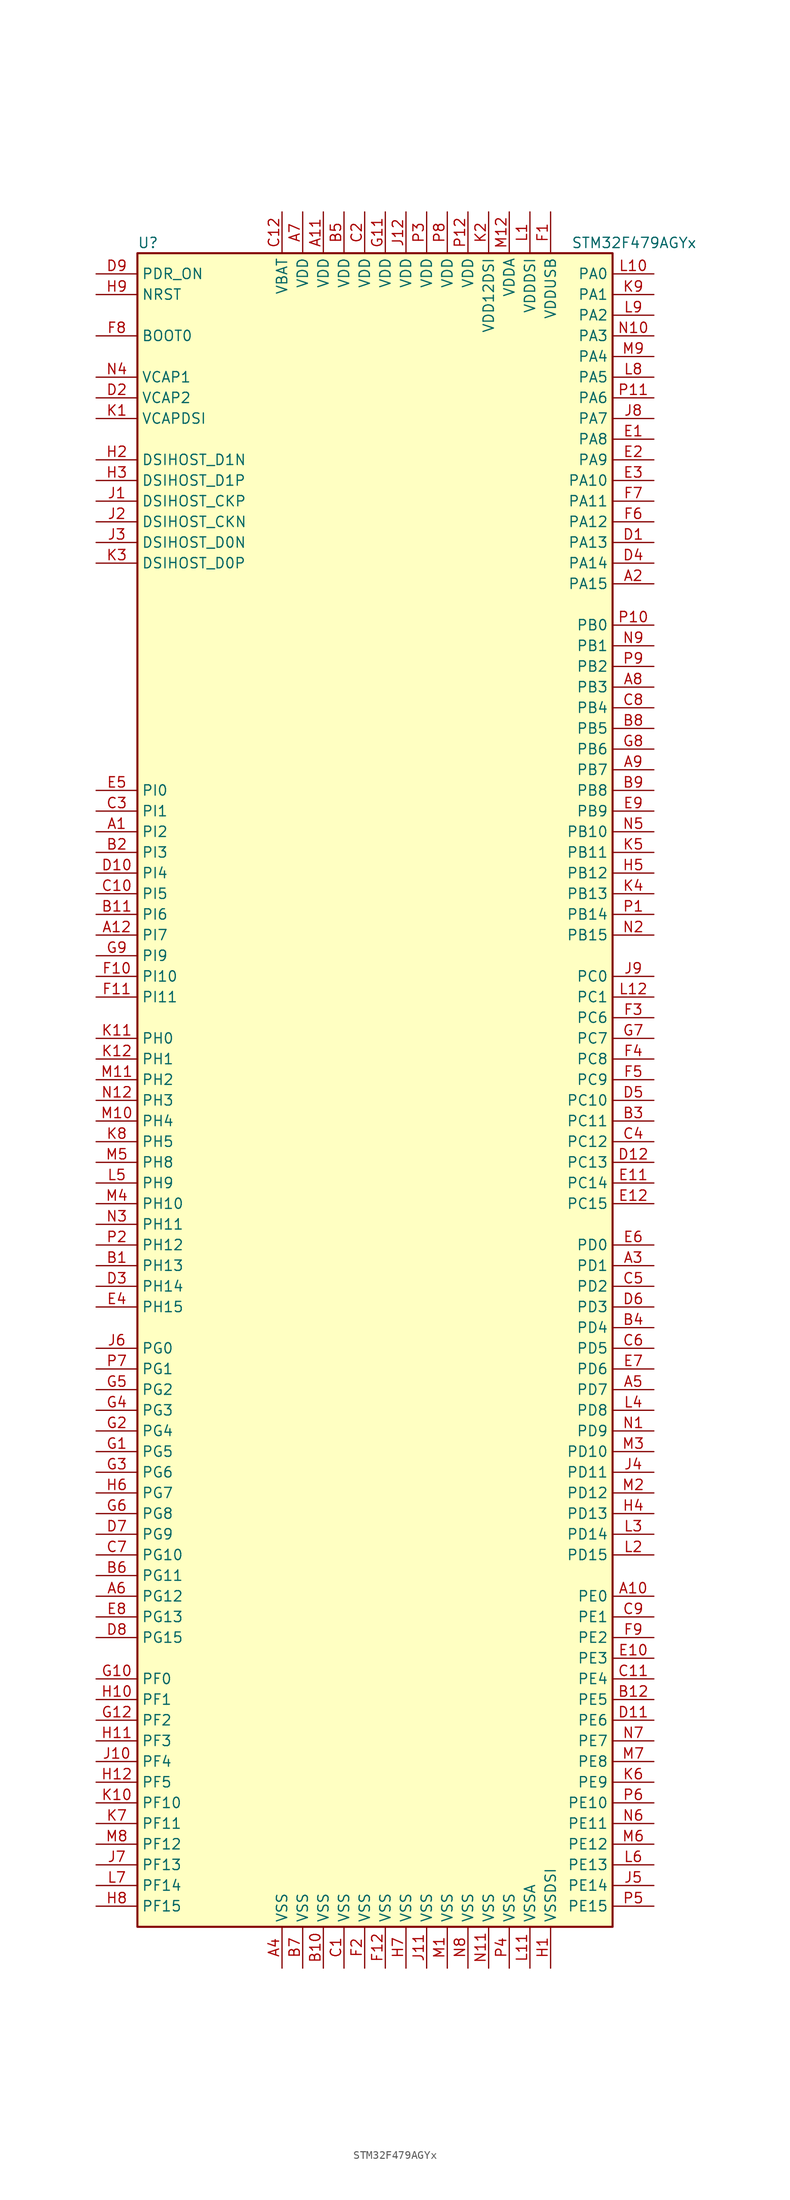
<source format=kicad_sym>
(kicad_symbol_lib
  (version 20201005)
  (generator kicad_symbol_editor)
  (symbol "STM32F479AGYx"
    (property "Reference" "U"
      (at -30.48 102.87 0)
      (effects (font (size 1.27 1.27)) (justify left)))
    (property "Value" "STM32F479AGYx"
      (at 22.86 102.87 0)
      (effects (font (size 1.27 1.27)) (justify left)))
    (symbol "STM32F479AGYx_0_1"
      (rectangle (start -30.48 -104.14) (end 27.94 101.6) (stroke (width 0.254)) (fill (type background))))
    (symbol "STM32F479AGYx_1_1"
      (pin bidirectional line (at -35.56 30.48 0) (length 5.08) (name "PI2" (effects (font (size 1.27 1.27)))) (number "A1" (effects (font (size 1.27 1.27)))))
      (pin bidirectional line (at 33.02 -63.5 180) (length 5.08) (name "PE0" (effects (font (size 1.27 1.27)))) (number "A10" (effects (font (size 1.27 1.27)))))
      (pin power_in line (at -7.62 106.68 270) (length 5.08) (name "VDD" (effects (font (size 1.27 1.27)))) (number "A11" (effects (font (size 1.27 1.27)))))
      (pin bidirectional line (at -35.56 17.78 0) (length 5.08) (name "PI7" (effects (font (size 1.27 1.27)))) (number "A12" (effects (font (size 1.27 1.27)))))
      (pin bidirectional line (at 33.02 60.96 180) (length 5.08) (name "PA15" (effects (font (size 1.27 1.27)))) (number "A2" (effects (font (size 1.27 1.27)))))
      (pin bidirectional line (at 33.02 -22.86 180) (length 5.08) (name "PD1" (effects (font (size 1.27 1.27)))) (number "A3" (effects (font (size 1.27 1.27)))))
      (pin power_in line (at -12.7 -109.22 90) (length 5.08) (name "VSS" (effects (font (size 1.27 1.27)))) (number "A4" (effects (font (size 1.27 1.27)))))
      (pin bidirectional line (at 33.02 -38.1 180) (length 5.08) (name "PD7" (effects (font (size 1.27 1.27)))) (number "A5" (effects (font (size 1.27 1.27)))))
      (pin bidirectional line (at -35.56 -63.5 0) (length 5.08) (name "PG12" (effects (font (size 1.27 1.27)))) (number "A6" (effects (font (size 1.27 1.27)))))
      (pin power_in line (at -10.16 106.68 270) (length 5.08) (name "VDD" (effects (font (size 1.27 1.27)))) (number "A7" (effects (font (size 1.27 1.27)))))
      (pin bidirectional line (at 33.02 48.26 180) (length 5.08) (name "PB3" (effects (font (size 1.27 1.27)))) (number "A8" (effects (font (size 1.27 1.27)))))
      (pin bidirectional line (at 33.02 38.1 180) (length 5.08) (name "PB7" (effects (font (size 1.27 1.27)))) (number "A9" (effects (font (size 1.27 1.27)))))
      (pin bidirectional line (at -35.56 -22.86 0) (length 5.08) (name "PH13" (effects (font (size 1.27 1.27)))) (number "B1" (effects (font (size 1.27 1.27)))))
      (pin power_in line (at -7.62 -109.22 90) (length 5.08) (name "VSS" (effects (font (size 1.27 1.27)))) (number "B10" (effects (font (size 1.27 1.27)))))
      (pin bidirectional line (at -35.56 20.32 0) (length 5.08) (name "PI6" (effects (font (size 1.27 1.27)))) (number "B11" (effects (font (size 1.27 1.27)))))
      (pin bidirectional line (at 33.02 -76.2 180) (length 5.08) (name "PE5" (effects (font (size 1.27 1.27)))) (number "B12" (effects (font (size 1.27 1.27)))))
      (pin bidirectional line (at -35.56 27.94 0) (length 5.08) (name "PI3" (effects (font (size 1.27 1.27)))) (number "B2" (effects (font (size 1.27 1.27)))))
      (pin bidirectional line (at 33.02 -5.08 180) (length 5.08) (name "PC11" (effects (font (size 1.27 1.27)))) (number "B3" (effects (font (size 1.27 1.27)))))
      (pin bidirectional line (at 33.02 -30.48 180) (length 5.08) (name "PD4" (effects (font (size 1.27 1.27)))) (number "B4" (effects (font (size 1.27 1.27)))))
      (pin power_in line (at -5.08 106.68 270) (length 5.08) (name "VDD" (effects (font (size 1.27 1.27)))) (number "B5" (effects (font (size 1.27 1.27)))))
      (pin bidirectional line (at -35.56 -60.96 0) (length 5.08) (name "PG11" (effects (font (size 1.27 1.27)))) (number "B6" (effects (font (size 1.27 1.27)))))
      (pin power_in line (at -10.16 -109.22 90) (length 5.08) (name "VSS" (effects (font (size 1.27 1.27)))) (number "B7" (effects (font (size 1.27 1.27)))))
      (pin bidirectional line (at 33.02 43.18 180) (length 5.08) (name "PB5" (effects (font (size 1.27 1.27)))) (number "B8" (effects (font (size 1.27 1.27)))))
      (pin bidirectional line (at 33.02 35.56 180) (length 5.08) (name "PB8" (effects (font (size 1.27 1.27)))) (number "B9" (effects (font (size 1.27 1.27)))))
      (pin power_in line (at -5.08 -109.22 90) (length 5.08) (name "VSS" (effects (font (size 1.27 1.27)))) (number "C1" (effects (font (size 1.27 1.27)))))
      (pin bidirectional line (at -35.56 22.86 0) (length 5.08) (name "PI5" (effects (font (size 1.27 1.27)))) (number "C10" (effects (font (size 1.27 1.27)))))
      (pin bidirectional line (at 33.02 -73.66 180) (length 5.08) (name "PE4" (effects (font (size 1.27 1.27)))) (number "C11" (effects (font (size 1.27 1.27)))))
      (pin power_in line (at -12.7 106.68 270) (length 5.08) (name "VBAT" (effects (font (size 1.27 1.27)))) (number "C12" (effects (font (size 1.27 1.27)))))
      (pin power_in line (at -2.54 106.68 270) (length 5.08) (name "VDD" (effects (font (size 1.27 1.27)))) (number "C2" (effects (font (size 1.27 1.27)))))
      (pin bidirectional line (at -35.56 33.02 0) (length 5.08) (name "PI1" (effects (font (size 1.27 1.27)))) (number "C3" (effects (font (size 1.27 1.27)))))
      (pin bidirectional line (at 33.02 -7.62 180) (length 5.08) (name "PC12" (effects (font (size 1.27 1.27)))) (number "C4" (effects (font (size 1.27 1.27)))))
      (pin bidirectional line (at 33.02 -25.4 180) (length 5.08) (name "PD2" (effects (font (size 1.27 1.27)))) (number "C5" (effects (font (size 1.27 1.27)))))
      (pin bidirectional line (at 33.02 -33.02 180) (length 5.08) (name "PD5" (effects (font (size 1.27 1.27)))) (number "C6" (effects (font (size 1.27 1.27)))))
      (pin bidirectional line (at -35.56 -58.42 0) (length 5.08) (name "PG10" (effects (font (size 1.27 1.27)))) (number "C7" (effects (font (size 1.27 1.27)))))
      (pin bidirectional line (at 33.02 45.72 180) (length 5.08) (name "PB4" (effects (font (size 1.27 1.27)))) (number "C8" (effects (font (size 1.27 1.27)))))
      (pin bidirectional line (at 33.02 -66.04 180) (length 5.08) (name "PE1" (effects (font (size 1.27 1.27)))) (number "C9" (effects (font (size 1.27 1.27)))))
      (pin bidirectional line (at 33.02 66.04 180) (length 5.08) (name "PA13" (effects (font (size 1.27 1.27)))) (number "D1" (effects (font (size 1.27 1.27)))))
      (pin bidirectional line (at -35.56 25.4 0) (length 5.08) (name "PI4" (effects (font (size 1.27 1.27)))) (number "D10" (effects (font (size 1.27 1.27)))))
      (pin bidirectional line (at 33.02 -78.74 180) (length 5.08) (name "PE6" (effects (font (size 1.27 1.27)))) (number "D11" (effects (font (size 1.27 1.27)))))
      (pin bidirectional line (at 33.02 -10.16 180) (length 5.08) (name "PC13" (effects (font (size 1.27 1.27)))) (number "D12" (effects (font (size 1.27 1.27)))))
      (pin power_in line (at -35.56 83.82 0) (length 5.08) (name "VCAP2" (effects (font (size 1.27 1.27)))) (number "D2" (effects (font (size 1.27 1.27)))))
      (pin bidirectional line (at -35.56 -25.4 0) (length 5.08) (name "PH14" (effects (font (size 1.27 1.27)))) (number "D3" (effects (font (size 1.27 1.27)))))
      (pin bidirectional line (at 33.02 63.5 180) (length 5.08) (name "PA14" (effects (font (size 1.27 1.27)))) (number "D4" (effects (font (size 1.27 1.27)))))
      (pin bidirectional line (at 33.02 -2.54 180) (length 5.08) (name "PC10" (effects (font (size 1.27 1.27)))) (number "D5" (effects (font (size 1.27 1.27)))))
      (pin bidirectional line (at 33.02 -27.94 180) (length 5.08) (name "PD3" (effects (font (size 1.27 1.27)))) (number "D6" (effects (font (size 1.27 1.27)))))
      (pin bidirectional line (at -35.56 -55.88 0) (length 5.08) (name "PG9" (effects (font (size 1.27 1.27)))) (number "D7" (effects (font (size 1.27 1.27)))))
      (pin bidirectional line (at -35.56 -68.58 0) (length 5.08) (name "PG15" (effects (font (size 1.27 1.27)))) (number "D8" (effects (font (size 1.27 1.27)))))
      (pin input line (at -35.56 99.06 0) (length 5.08) (name "PDR_ON" (effects (font (size 1.27 1.27)))) (number "D9" (effects (font (size 1.27 1.27)))))
      (pin bidirectional line (at 33.02 78.74 180) (length 5.08) (name "PA8" (effects (font (size 1.27 1.27)))) (number "E1" (effects (font (size 1.27 1.27)))))
      (pin bidirectional line (at 33.02 -71.12 180) (length 5.08) (name "PE3" (effects (font (size 1.27 1.27)))) (number "E10" (effects (font (size 1.27 1.27)))))
      (pin bidirectional line (at 33.02 -12.7 180) (length 5.08) (name "PC14" (effects (font (size 1.27 1.27)))) (number "E11" (effects (font (size 1.27 1.27)))))
      (pin bidirectional line (at 33.02 -15.24 180) (length 5.08) (name "PC15" (effects (font (size 1.27 1.27)))) (number "E12" (effects (font (size 1.27 1.27)))))
      (pin bidirectional line (at 33.02 76.2 180) (length 5.08) (name "PA9" (effects (font (size 1.27 1.27)))) (number "E2" (effects (font (size 1.27 1.27)))))
      (pin bidirectional line (at 33.02 73.66 180) (length 5.08) (name "PA10" (effects (font (size 1.27 1.27)))) (number "E3" (effects (font (size 1.27 1.27)))))
      (pin bidirectional line (at -35.56 -27.94 0) (length 5.08) (name "PH15" (effects (font (size 1.27 1.27)))) (number "E4" (effects (font (size 1.27 1.27)))))
      (pin bidirectional line (at -35.56 35.56 0) (length 5.08) (name "PI0" (effects (font (size 1.27 1.27)))) (number "E5" (effects (font (size 1.27 1.27)))))
      (pin bidirectional line (at 33.02 -20.32 180) (length 5.08) (name "PD0" (effects (font (size 1.27 1.27)))) (number "E6" (effects (font (size 1.27 1.27)))))
      (pin bidirectional line (at 33.02 -35.56 180) (length 5.08) (name "PD6" (effects (font (size 1.27 1.27)))) (number "E7" (effects (font (size 1.27 1.27)))))
      (pin bidirectional line (at -35.56 -66.04 0) (length 5.08) (name "PG13" (effects (font (size 1.27 1.27)))) (number "E8" (effects (font (size 1.27 1.27)))))
      (pin bidirectional line (at 33.02 33.02 180) (length 5.08) (name "PB9" (effects (font (size 1.27 1.27)))) (number "E9" (effects (font (size 1.27 1.27)))))
      (pin power_in line (at 20.32 106.68 270) (length 5.08) (name "VDDUSB" (effects (font (size 1.27 1.27)))) (number "F1" (effects (font (size 1.27 1.27)))))
      (pin bidirectional line (at -35.56 12.7 0) (length 5.08) (name "PI10" (effects (font (size 1.27 1.27)))) (number "F10" (effects (font (size 1.27 1.27)))))
      (pin bidirectional line (at -35.56 10.16 0) (length 5.08) (name "PI11" (effects (font (size 1.27 1.27)))) (number "F11" (effects (font (size 1.27 1.27)))))
      (pin power_in line (at 0 -109.22 90) (length 5.08) (name "VSS" (effects (font (size 1.27 1.27)))) (number "F12" (effects (font (size 1.27 1.27)))))
      (pin power_in line (at -2.54 -109.22 90) (length 5.08) (name "VSS" (effects (font (size 1.27 1.27)))) (number "F2" (effects (font (size 1.27 1.27)))))
      (pin bidirectional line (at 33.02 7.62 180) (length 5.08) (name "PC6" (effects (font (size 1.27 1.27)))) (number "F3" (effects (font (size 1.27 1.27)))))
      (pin bidirectional line (at 33.02 2.54 180) (length 5.08) (name "PC8" (effects (font (size 1.27 1.27)))) (number "F4" (effects (font (size 1.27 1.27)))))
      (pin bidirectional line (at 33.02 0 180) (length 5.08) (name "PC9" (effects (font (size 1.27 1.27)))) (number "F5" (effects (font (size 1.27 1.27)))))
      (pin bidirectional line (at 33.02 68.58 180) (length 5.08) (name "PA12" (effects (font (size 1.27 1.27)))) (number "F6" (effects (font (size 1.27 1.27)))))
      (pin bidirectional line (at 33.02 71.12 180) (length 5.08) (name "PA11" (effects (font (size 1.27 1.27)))) (number "F7" (effects (font (size 1.27 1.27)))))
      (pin input line (at -35.56 91.44 0) (length 5.08) (name "BOOT0" (effects (font (size 1.27 1.27)))) (number "F8" (effects (font (size 1.27 1.27)))))
      (pin bidirectional line (at 33.02 -68.58 180) (length 5.08) (name "PE2" (effects (font (size 1.27 1.27)))) (number "F9" (effects (font (size 1.27 1.27)))))
      (pin bidirectional line (at -35.56 -45.72 0) (length 5.08) (name "PG5" (effects (font (size 1.27 1.27)))) (number "G1" (effects (font (size 1.27 1.27)))))
      (pin bidirectional line (at -35.56 -73.66 0) (length 5.08) (name "PF0" (effects (font (size 1.27 1.27)))) (number "G10" (effects (font (size 1.27 1.27)))))
      (pin power_in line (at 0 106.68 270) (length 5.08) (name "VDD" (effects (font (size 1.27 1.27)))) (number "G11" (effects (font (size 1.27 1.27)))))
      (pin bidirectional line (at -35.56 -78.74 0) (length 5.08) (name "PF2" (effects (font (size 1.27 1.27)))) (number "G12" (effects (font (size 1.27 1.27)))))
      (pin bidirectional line (at -35.56 -43.18 0) (length 5.08) (name "PG4" (effects (font (size 1.27 1.27)))) (number "G2" (effects (font (size 1.27 1.27)))))
      (pin bidirectional line (at -35.56 -48.26 0) (length 5.08) (name "PG6" (effects (font (size 1.27 1.27)))) (number "G3" (effects (font (size 1.27 1.27)))))
      (pin bidirectional line (at -35.56 -40.64 0) (length 5.08) (name "PG3" (effects (font (size 1.27 1.27)))) (number "G4" (effects (font (size 1.27 1.27)))))
      (pin bidirectional line (at -35.56 -38.1 0) (length 5.08) (name "PG2" (effects (font (size 1.27 1.27)))) (number "G5" (effects (font (size 1.27 1.27)))))
      (pin bidirectional line (at -35.56 -53.34 0) (length 5.08) (name "PG8" (effects (font (size 1.27 1.27)))) (number "G6" (effects (font (size 1.27 1.27)))))
      (pin bidirectional line (at 33.02 5.08 180) (length 5.08) (name "PC7" (effects (font (size 1.27 1.27)))) (number "G7" (effects (font (size 1.27 1.27)))))
      (pin bidirectional line (at 33.02 40.64 180) (length 5.08) (name "PB6" (effects (font (size 1.27 1.27)))) (number "G8" (effects (font (size 1.27 1.27)))))
      (pin bidirectional line (at -35.56 15.24 0) (length 5.08) (name "PI9" (effects (font (size 1.27 1.27)))) (number "G9" (effects (font (size 1.27 1.27)))))
      (pin power_in line (at 20.32 -109.22 90) (length 5.08) (name "VSSDSI" (effects (font (size 1.27 1.27)))) (number "H1" (effects (font (size 1.27 1.27)))))
      (pin bidirectional line (at -35.56 -76.2 0) (length 5.08) (name "PF1" (effects (font (size 1.27 1.27)))) (number "H10" (effects (font (size 1.27 1.27)))))
      (pin bidirectional line (at -35.56 -81.28 0) (length 5.08) (name "PF3" (effects (font (size 1.27 1.27)))) (number "H11" (effects (font (size 1.27 1.27)))))
      (pin bidirectional line (at -35.56 -86.36 0) (length 5.08) (name "PF5" (effects (font (size 1.27 1.27)))) (number "H12" (effects (font (size 1.27 1.27)))))
      (pin bidirectional line (at -35.56 76.2 0) (length 5.08) (name "DSIHOST_D1N" (effects (font (size 1.27 1.27)))) (number "H2" (effects (font (size 1.27 1.27)))))
      (pin bidirectional line (at -35.56 73.66 0) (length 5.08) (name "DSIHOST_D1P" (effects (font (size 1.27 1.27)))) (number "H3" (effects (font (size 1.27 1.27)))))
      (pin bidirectional line (at 33.02 -53.34 180) (length 5.08) (name "PD13" (effects (font (size 1.27 1.27)))) (number "H4" (effects (font (size 1.27 1.27)))))
      (pin bidirectional line (at 33.02 25.4 180) (length 5.08) (name "PB12" (effects (font (size 1.27 1.27)))) (number "H5" (effects (font (size 1.27 1.27)))))
      (pin bidirectional line (at -35.56 -50.8 0) (length 5.08) (name "PG7" (effects (font (size 1.27 1.27)))) (number "H6" (effects (font (size 1.27 1.27)))))
      (pin power_in line (at 2.54 -109.22 90) (length 5.08) (name "VSS" (effects (font (size 1.27 1.27)))) (number "H7" (effects (font (size 1.27 1.27)))))
      (pin bidirectional line (at -35.56 -101.6 0) (length 5.08) (name "PF15" (effects (font (size 1.27 1.27)))) (number "H8" (effects (font (size 1.27 1.27)))))
      (pin input line (at -35.56 96.52 0) (length 5.08) (name "NRST" (effects (font (size 1.27 1.27)))) (number "H9" (effects (font (size 1.27 1.27)))))
      (pin bidirectional line (at -35.56 71.12 0) (length 5.08) (name "DSIHOST_CKP" (effects (font (size 1.27 1.27)))) (number "J1" (effects (font (size 1.27 1.27)))))
      (pin bidirectional line (at -35.56 -83.82 0) (length 5.08) (name "PF4" (effects (font (size 1.27 1.27)))) (number "J10" (effects (font (size 1.27 1.27)))))
      (pin power_in line (at 5.08 -109.22 90) (length 5.08) (name "VSS" (effects (font (size 1.27 1.27)))) (number "J11" (effects (font (size 1.27 1.27)))))
      (pin power_in line (at 2.54 106.68 270) (length 5.08) (name "VDD" (effects (font (size 1.27 1.27)))) (number "J12" (effects (font (size 1.27 1.27)))))
      (pin bidirectional line (at -35.56 68.58 0) (length 5.08) (name "DSIHOST_CKN" (effects (font (size 1.27 1.27)))) (number "J2" (effects (font (size 1.27 1.27)))))
      (pin bidirectional line (at -35.56 66.04 0) (length 5.08) (name "DSIHOST_D0N" (effects (font (size 1.27 1.27)))) (number "J3" (effects (font (size 1.27 1.27)))))
      (pin bidirectional line (at 33.02 -48.26 180) (length 5.08) (name "PD11" (effects (font (size 1.27 1.27)))) (number "J4" (effects (font (size 1.27 1.27)))))
      (pin bidirectional line (at 33.02 -99.06 180) (length 5.08) (name "PE14" (effects (font (size 1.27 1.27)))) (number "J5" (effects (font (size 1.27 1.27)))))
      (pin bidirectional line (at -35.56 -33.02 0) (length 5.08) (name "PG0" (effects (font (size 1.27 1.27)))) (number "J6" (effects (font (size 1.27 1.27)))))
      (pin bidirectional line (at -35.56 -96.52 0) (length 5.08) (name "PF13" (effects (font (size 1.27 1.27)))) (number "J7" (effects (font (size 1.27 1.27)))))
      (pin bidirectional line (at 33.02 81.28 180) (length 5.08) (name "PA7" (effects (font (size 1.27 1.27)))) (number "J8" (effects (font (size 1.27 1.27)))))
      (pin bidirectional line (at 33.02 12.7 180) (length 5.08) (name "PC0" (effects (font (size 1.27 1.27)))) (number "J9" (effects (font (size 1.27 1.27)))))
      (pin power_in line (at -35.56 81.28 0) (length 5.08) (name "VCAPDSI" (effects (font (size 1.27 1.27)))) (number "K1" (effects (font (size 1.27 1.27)))))
      (pin bidirectional line (at -35.56 -88.9 0) (length 5.08) (name "PF10" (effects (font (size 1.27 1.27)))) (number "K10" (effects (font (size 1.27 1.27)))))
      (pin input line (at -35.56 5.08 0) (length 5.08) (name "PH0" (effects (font (size 1.27 1.27)))) (number "K11" (effects (font (size 1.27 1.27)))))
      (pin input line (at -35.56 2.54 0) (length 5.08) (name "PH1" (effects (font (size 1.27 1.27)))) (number "K12" (effects (font (size 1.27 1.27)))))
      (pin power_in line (at 12.7 106.68 270) (length 5.08) (name "VDD12DSI" (effects (font (size 1.27 1.27)))) (number "K2" (effects (font (size 1.27 1.27)))))
      (pin bidirectional line (at -35.56 63.5 0) (length 5.08) (name "DSIHOST_D0P" (effects (font (size 1.27 1.27)))) (number "K3" (effects (font (size 1.27 1.27)))))
      (pin bidirectional line (at 33.02 22.86 180) (length 5.08) (name "PB13" (effects (font (size 1.27 1.27)))) (number "K4" (effects (font (size 1.27 1.27)))))
      (pin bidirectional line (at 33.02 27.94 180) (length 5.08) (name "PB11" (effects (font (size 1.27 1.27)))) (number "K5" (effects (font (size 1.27 1.27)))))
      (pin bidirectional line (at 33.02 -86.36 180) (length 5.08) (name "PE9" (effects (font (size 1.27 1.27)))) (number "K6" (effects (font (size 1.27 1.27)))))
      (pin bidirectional line (at -35.56 -91.44 0) (length 5.08) (name "PF11" (effects (font (size 1.27 1.27)))) (number "K7" (effects (font (size 1.27 1.27)))))
      (pin bidirectional line (at -35.56 -7.62 0) (length 5.08) (name "PH5" (effects (font (size 1.27 1.27)))) (number "K8" (effects (font (size 1.27 1.27)))))
      (pin bidirectional line (at 33.02 96.52 180) (length 5.08) (name "PA1" (effects (font (size 1.27 1.27)))) (number "K9" (effects (font (size 1.27 1.27)))))
      (pin power_in line (at 17.78 106.68 270) (length 5.08) (name "VDDDSI" (effects (font (size 1.27 1.27)))) (number "L1" (effects (font (size 1.27 1.27)))))
      (pin bidirectional line (at 33.02 99.06 180) (length 5.08) (name "PA0" (effects (font (size 1.27 1.27)))) (number "L10" (effects (font (size 1.27 1.27)))))
      (pin power_in line (at 17.78 -109.22 90) (length 5.08) (name "VSSA" (effects (font (size 1.27 1.27)))) (number "L11" (effects (font (size 1.27 1.27)))))
      (pin bidirectional line (at 33.02 10.16 180) (length 5.08) (name "PC1" (effects (font (size 1.27 1.27)))) (number "L12" (effects (font (size 1.27 1.27)))))
      (pin bidirectional line (at 33.02 -58.42 180) (length 5.08) (name "PD15" (effects (font (size 1.27 1.27)))) (number "L2" (effects (font (size 1.27 1.27)))))
      (pin bidirectional line (at 33.02 -55.88 180) (length 5.08) (name "PD14" (effects (font (size 1.27 1.27)))) (number "L3" (effects (font (size 1.27 1.27)))))
      (pin bidirectional line (at 33.02 -40.64 180) (length 5.08) (name "PD8" (effects (font (size 1.27 1.27)))) (number "L4" (effects (font (size 1.27 1.27)))))
      (pin bidirectional line (at -35.56 -12.7 0) (length 5.08) (name "PH9" (effects (font (size 1.27 1.27)))) (number "L5" (effects (font (size 1.27 1.27)))))
      (pin bidirectional line (at 33.02 -96.52 180) (length 5.08) (name "PE13" (effects (font (size 1.27 1.27)))) (number "L6" (effects (font (size 1.27 1.27)))))
      (pin bidirectional line (at -35.56 -99.06 0) (length 5.08) (name "PF14" (effects (font (size 1.27 1.27)))) (number "L7" (effects (font (size 1.27 1.27)))))
      (pin bidirectional line (at 33.02 86.36 180) (length 5.08) (name "PA5" (effects (font (size 1.27 1.27)))) (number "L8" (effects (font (size 1.27 1.27)))))
      (pin bidirectional line (at 33.02 93.98 180) (length 5.08) (name "PA2" (effects (font (size 1.27 1.27)))) (number "L9" (effects (font (size 1.27 1.27)))))
      (pin power_in line (at 7.62 -109.22 90) (length 5.08) (name "VSS" (effects (font (size 1.27 1.27)))) (number "M1" (effects (font (size 1.27 1.27)))))
      (pin bidirectional line (at -35.56 -5.08 0) (length 5.08) (name "PH4" (effects (font (size 1.27 1.27)))) (number "M10" (effects (font (size 1.27 1.27)))))
      (pin bidirectional line (at -35.56 0 0) (length 5.08) (name "PH2" (effects (font (size 1.27 1.27)))) (number "M11" (effects (font (size 1.27 1.27)))))
      (pin power_in line (at 15.24 106.68 270) (length 5.08) (name "VDDA" (effects (font (size 1.27 1.27)))) (number "M12" (effects (font (size 1.27 1.27)))))
      (pin bidirectional line (at 33.02 -50.8 180) (length 5.08) (name "PD12" (effects (font (size 1.27 1.27)))) (number "M2" (effects (font (size 1.27 1.27)))))
      (pin bidirectional line (at 33.02 -45.72 180) (length 5.08) (name "PD10" (effects (font (size 1.27 1.27)))) (number "M3" (effects (font (size 1.27 1.27)))))
      (pin bidirectional line (at -35.56 -15.24 0) (length 5.08) (name "PH10" (effects (font (size 1.27 1.27)))) (number "M4" (effects (font (size 1.27 1.27)))))
      (pin bidirectional line (at -35.56 -10.16 0) (length 5.08) (name "PH8" (effects (font (size 1.27 1.27)))) (number "M5" (effects (font (size 1.27 1.27)))))
      (pin bidirectional line (at 33.02 -93.98 180) (length 5.08) (name "PE12" (effects (font (size 1.27 1.27)))) (number "M6" (effects (font (size 1.27 1.27)))))
      (pin bidirectional line (at 33.02 -83.82 180) (length 5.08) (name "PE8" (effects (font (size 1.27 1.27)))) (number "M7" (effects (font (size 1.27 1.27)))))
      (pin bidirectional line (at -35.56 -93.98 0) (length 5.08) (name "PF12" (effects (font (size 1.27 1.27)))) (number "M8" (effects (font (size 1.27 1.27)))))
      (pin bidirectional line (at 33.02 88.9 180) (length 5.08) (name "PA4" (effects (font (size 1.27 1.27)))) (number "M9" (effects (font (size 1.27 1.27)))))
      (pin bidirectional line (at 33.02 -43.18 180) (length 5.08) (name "PD9" (effects (font (size 1.27 1.27)))) (number "N1" (effects (font (size 1.27 1.27)))))
      (pin bidirectional line (at 33.02 91.44 180) (length 5.08) (name "PA3" (effects (font (size 1.27 1.27)))) (number "N10" (effects (font (size 1.27 1.27)))))
      (pin power_in line (at 12.7 -109.22 90) (length 5.08) (name "VSS" (effects (font (size 1.27 1.27)))) (number "N11" (effects (font (size 1.27 1.27)))))
      (pin bidirectional line (at -35.56 -2.54 0) (length 5.08) (name "PH3" (effects (font (size 1.27 1.27)))) (number "N12" (effects (font (size 1.27 1.27)))))
      (pin bidirectional line (at 33.02 17.78 180) (length 5.08) (name "PB15" (effects (font (size 1.27 1.27)))) (number "N2" (effects (font (size 1.27 1.27)))))
      (pin bidirectional line (at -35.56 -17.78 0) (length 5.08) (name "PH11" (effects (font (size 1.27 1.27)))) (number "N3" (effects (font (size 1.27 1.27)))))
      (pin power_in line (at -35.56 86.36 0) (length 5.08) (name "VCAP1" (effects (font (size 1.27 1.27)))) (number "N4" (effects (font (size 1.27 1.27)))))
      (pin bidirectional line (at 33.02 30.48 180) (length 5.08) (name "PB10" (effects (font (size 1.27 1.27)))) (number "N5" (effects (font (size 1.27 1.27)))))
      (pin bidirectional line (at 33.02 -91.44 180) (length 5.08) (name "PE11" (effects (font (size 1.27 1.27)))) (number "N6" (effects (font (size 1.27 1.27)))))
      (pin bidirectional line (at 33.02 -81.28 180) (length 5.08) (name "PE7" (effects (font (size 1.27 1.27)))) (number "N7" (effects (font (size 1.27 1.27)))))
      (pin power_in line (at 10.16 -109.22 90) (length 5.08) (name "VSS" (effects (font (size 1.27 1.27)))) (number "N8" (effects (font (size 1.27 1.27)))))
      (pin bidirectional line (at 33.02 53.34 180) (length 5.08) (name "PB1" (effects (font (size 1.27 1.27)))) (number "N9" (effects (font (size 1.27 1.27)))))
      (pin bidirectional line (at 33.02 20.32 180) (length 5.08) (name "PB14" (effects (font (size 1.27 1.27)))) (number "P1" (effects (font (size 1.27 1.27)))))
      (pin bidirectional line (at 33.02 55.88 180) (length 5.08) (name "PB0" (effects (font (size 1.27 1.27)))) (number "P10" (effects (font (size 1.27 1.27)))))
      (pin bidirectional line (at 33.02 83.82 180) (length 5.08) (name "PA6" (effects (font (size 1.27 1.27)))) (number "P11" (effects (font (size 1.27 1.27)))))
      (pin power_in line (at 10.16 106.68 270) (length 5.08) (name "VDD" (effects (font (size 1.27 1.27)))) (number "P12" (effects (font (size 1.27 1.27)))))
      (pin bidirectional line (at -35.56 -20.32 0) (length 5.08) (name "PH12" (effects (font (size 1.27 1.27)))) (number "P2" (effects (font (size 1.27 1.27)))))
      (pin power_in line (at 5.08 106.68 270) (length 5.08) (name "VDD" (effects (font (size 1.27 1.27)))) (number "P3" (effects (font (size 1.27 1.27)))))
      (pin power_in line (at 15.24 -109.22 90) (length 5.08) (name "VSS" (effects (font (size 1.27 1.27)))) (number "P4" (effects (font (size 1.27 1.27)))))
      (pin bidirectional line (at 33.02 -101.6 180) (length 5.08) (name "PE15" (effects (font (size 1.27 1.27)))) (number "P5" (effects (font (size 1.27 1.27)))))
      (pin bidirectional line (at 33.02 -88.9 180) (length 5.08) (name "PE10" (effects (font (size 1.27 1.27)))) (number "P6" (effects (font (size 1.27 1.27)))))
      (pin bidirectional line (at -35.56 -35.56 0) (length 5.08) (name "PG1" (effects (font (size 1.27 1.27)))) (number "P7" (effects (font (size 1.27 1.27)))))
      (pin power_in line (at 7.62 106.68 270) (length 5.08) (name "VDD" (effects (font (size 1.27 1.27)))) (number "P8" (effects (font (size 1.27 1.27)))))
      (pin bidirectional line (at 33.02 50.8 180) (length 5.08) (name "PB2" (effects (font (size 1.27 1.27)))) (number "P9" (effects (font (size 1.27 1.27))))))))
</source>
